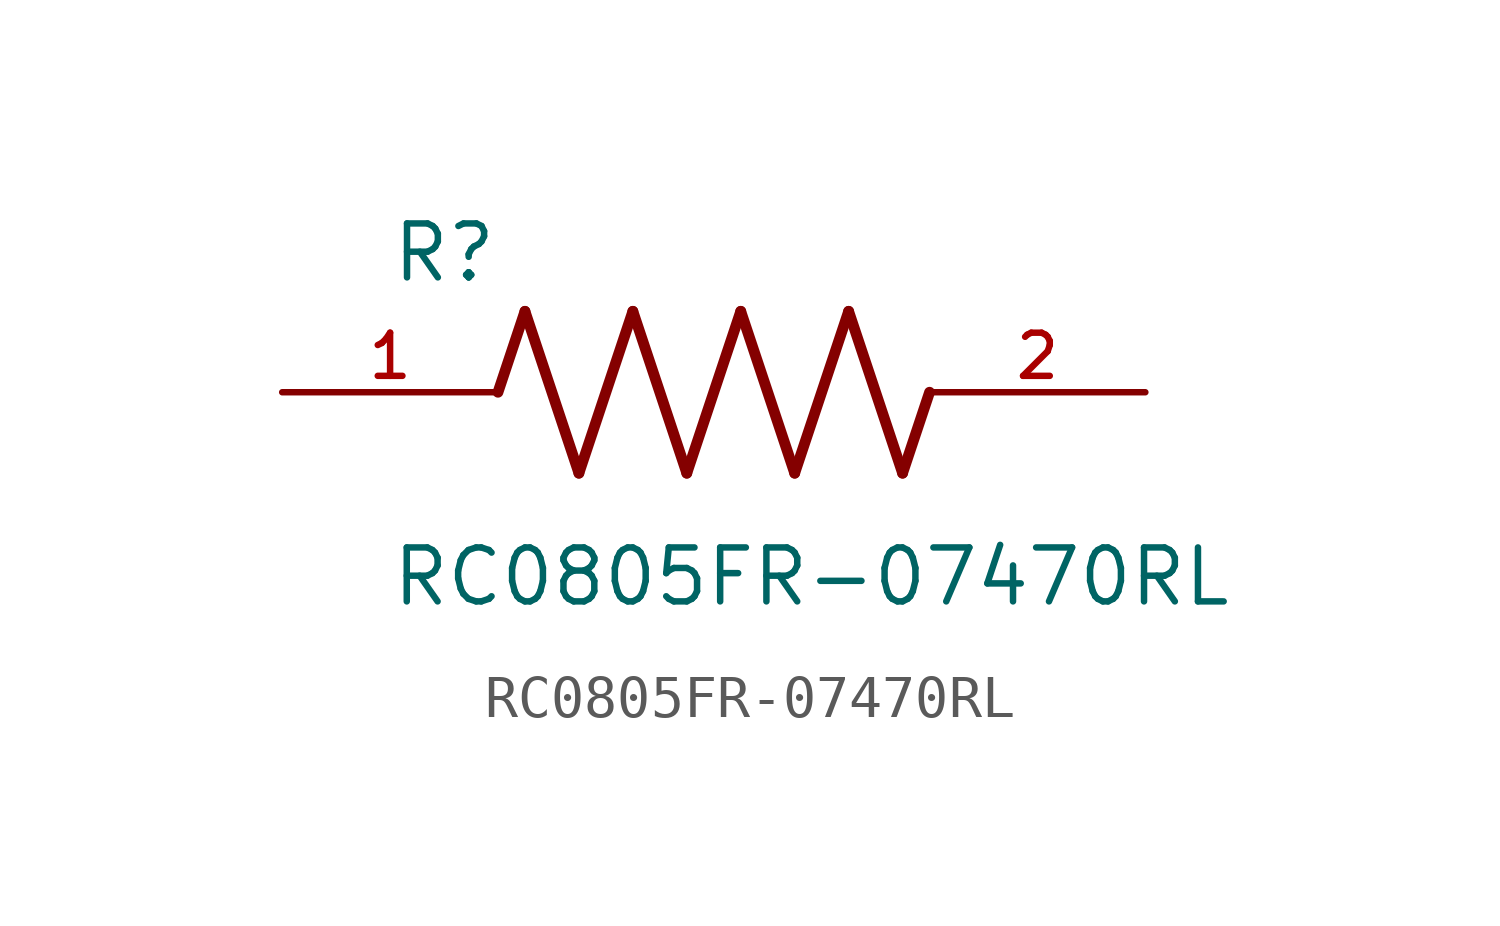
<source format=kicad_sym>
(kicad_symbol_lib
  (version 20211014)
  (generator kicad_symbol_editor)
  (symbol "RC0805FR-07470RL"
    (pin_names
      (offset 1.016))
    (property "Reference" "R"
      (at -7.624 2.541 0)
      (effects (font (size 1.27 1.27)) (justify bottom left)))
    (property "Value" "RC0805FR-07470RL"
      (at -7.63 -5.087 0)
      (effects (font (size 1.27 1.27)) (justify bottom left)))
    (symbol "RC0805FR-07470RL_0_0"
      (polyline (pts (xy -5.08 0.0) (xy -4.445 1.905)) (stroke (width 0.254)))
      (polyline (pts (xy -4.445 1.905) (xy -3.175 -1.905)) (stroke (width 0.254)))
      (polyline (pts (xy -3.175 -1.905) (xy -1.905 1.905)) (stroke (width 0.254)))
      (polyline (pts (xy -1.905 1.905) (xy -0.635 -1.905)) (stroke (width 0.254)))
      (polyline (pts (xy -0.635 -1.905) (xy 0.635 1.905)) (stroke (width 0.254)))
      (polyline (pts (xy 0.635 1.905) (xy 1.905 -1.905)) (stroke (width 0.254)))
      (polyline (pts (xy 1.905 -1.905) (xy 3.175 1.905)) (stroke (width 0.254)))
      (polyline (pts (xy 3.175 1.905) (xy 4.445 -1.905)) (stroke (width 0.254)))
      (polyline (pts (xy 4.445 -1.905) (xy 5.08 0.0)) (stroke (width 0.254)))
      (pin passive line (at -10.16 0.0 0) (length 5.08) (name "~" (effects (font (size 1.016 1.016)))) (number "1" (effects (font (size 1.016 1.016)))))
      (pin passive line (at 10.16 0.0 180.0) (length 5.08) (name "~" (effects (font (size 1.016 1.016)))) (number "2" (effects (font (size 1.016 1.016))))))))
</source>
